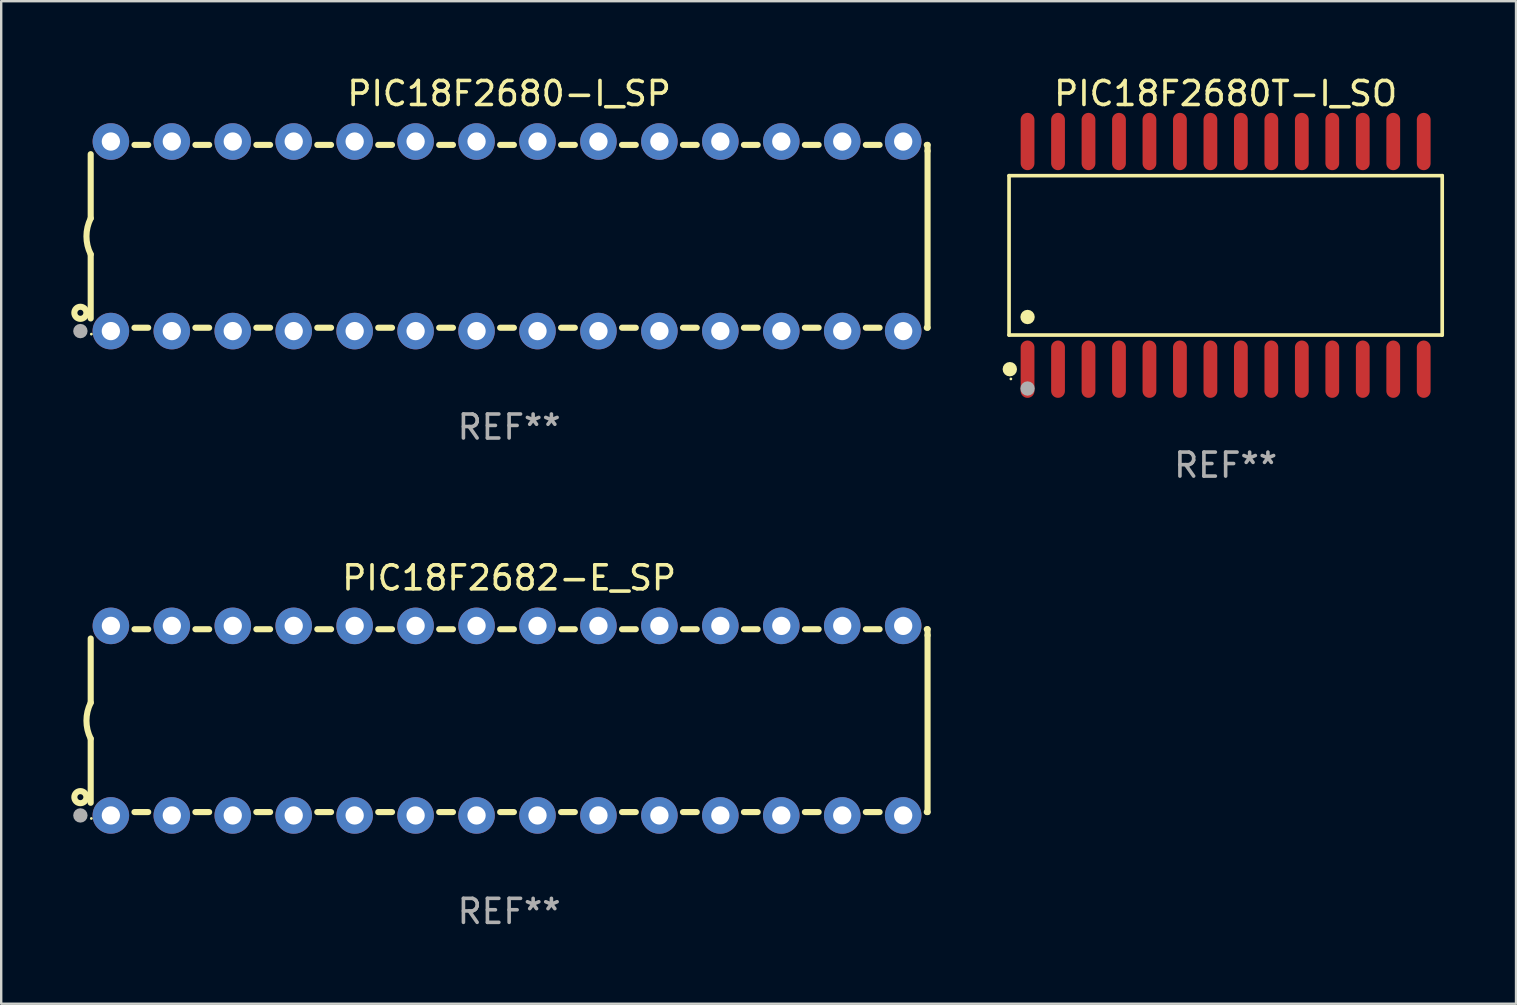
<source format=kicad_pcb>
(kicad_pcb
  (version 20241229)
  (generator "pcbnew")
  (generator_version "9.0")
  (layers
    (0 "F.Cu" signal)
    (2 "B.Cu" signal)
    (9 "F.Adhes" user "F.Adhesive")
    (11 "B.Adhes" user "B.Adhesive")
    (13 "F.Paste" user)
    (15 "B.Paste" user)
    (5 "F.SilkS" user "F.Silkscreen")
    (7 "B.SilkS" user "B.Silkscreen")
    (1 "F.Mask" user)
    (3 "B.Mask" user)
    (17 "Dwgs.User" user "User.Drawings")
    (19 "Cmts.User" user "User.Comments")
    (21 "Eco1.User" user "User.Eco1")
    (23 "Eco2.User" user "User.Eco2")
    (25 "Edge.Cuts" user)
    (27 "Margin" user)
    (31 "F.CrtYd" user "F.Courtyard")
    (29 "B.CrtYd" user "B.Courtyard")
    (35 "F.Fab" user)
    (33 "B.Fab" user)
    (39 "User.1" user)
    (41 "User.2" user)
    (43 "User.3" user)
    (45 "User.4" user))
  (footprint "PIC18F2682-E_SP"
    (layer "F.Cu")
    (at 18.168 26.983)
    (property "Reference" "PIC18F2682-E_SP" (at 0 -5.95 0) (layer "F.SilkS") (effects (font (size 1 1) (thickness 0.15))))
    (attr through_hole)
    (fp_line (start -17.438 0.75) (end -17.438 3.423) (stroke (width 0.254) (type solid)) (layer "F.SilkS"))
    (fp_line (start -17.438 -3.423) (end -17.438 -0.75) (stroke (width 0.254) (type solid)) (layer "F.SilkS"))
    (fp_line (start -15.615 3.81) (end -15.041 3.81) (stroke (width 0.254) (type solid)) (layer "F.SilkS"))
    (fp_line (start -15.041 -3.81) (end -15.614 -3.81) (stroke (width 0.254) (type solid)) (layer "F.SilkS"))
    (fp_line (start -13.075 3.81) (end -12.501 3.81) (stroke (width 0.254) (type solid)) (layer "F.SilkS"))
    (fp_line (start -12.501 -3.81) (end -13.074 -3.81) (stroke (width 0.254) (type solid)) (layer "F.SilkS"))
    (fp_line (start -10.535 3.81) (end -9.961 3.81) (stroke (width 0.254) (type solid)) (layer "F.SilkS"))
    (fp_line (start -9.961 -3.81) (end -10.534 -3.81) (stroke (width 0.254) (type solid)) (layer "F.SilkS"))
    (fp_line (start -7.995 3.81) (end -7.421 3.81) (stroke (width 0.254) (type solid)) (layer "F.SilkS"))
    (fp_line (start -7.421 -3.81) (end -7.995 -3.81) (stroke (width 0.254) (type solid)) (layer "F.SilkS"))
    (fp_line (start -5.455 3.81) (end -4.881 3.81) (stroke (width 0.254) (type solid)) (layer "F.SilkS"))
    (fp_line (start -4.881 -3.81) (end -5.455 -3.81) (stroke (width 0.254) (type solid)) (layer "F.SilkS"))
    (fp_line (start -2.915 3.81) (end -2.341 3.81) (stroke (width 0.254) (type solid)) (layer "F.SilkS"))
    (fp_line (start -2.341 -3.81) (end -2.915 -3.81) (stroke (width 0.254) (type solid)) (layer "F.SilkS"))
    (fp_line (start -0.375 3.81) (end 0.199 3.81) (stroke (width 0.254) (type solid)) (layer "F.SilkS"))
    (fp_line (start 0.199 -3.81) (end -0.375 -3.81) (stroke (width 0.254) (type solid)) (layer "F.SilkS"))
    (fp_line (start 2.165 3.81) (end 2.739 3.81) (stroke (width 0.254) (type solid)) (layer "F.SilkS"))
    (fp_line (start 2.739 -3.81) (end 2.165 -3.81) (stroke (width 0.254) (type solid)) (layer "F.SilkS"))
    (fp_line (start 4.705 3.81) (end 5.279 3.81) (stroke (width 0.254) (type solid)) (layer "F.SilkS"))
    (fp_line (start 5.279 -3.81) (end 4.705 -3.81) (stroke (width 0.254) (type solid)) (layer "F.SilkS"))
    (fp_line (start 7.245 3.81) (end 7.819 3.81) (stroke (width 0.254) (type solid)) (layer "F.SilkS"))
    (fp_line (start 7.819 -3.81) (end 7.245 -3.81) (stroke (width 0.254) (type solid)) (layer "F.SilkS"))
    (fp_line (start 9.785 3.81) (end 10.359 3.81) (stroke (width 0.254) (type solid)) (layer "F.SilkS"))
    (fp_line (start 10.359 -3.81) (end 9.785 -3.81) (stroke (width 0.254) (type solid)) (layer "F.SilkS"))
    (fp_line (start 12.325 3.81) (end 12.899 3.81) (stroke (width 0.254) (type solid)) (layer "F.SilkS"))
    (fp_line (start 12.899 -3.81) (end 12.325 -3.81) (stroke (width 0.254) (type solid)) (layer "F.SilkS"))
    (fp_line (start 14.865 3.81) (end 15.439 3.81) (stroke (width 0.254) (type solid)) (layer "F.SilkS"))
    (fp_line (start 15.439 -3.81) (end 14.865 -3.81) (stroke (width 0.254) (type solid)) (layer "F.SilkS"))
    (fp_line (start 17.405 3.81) (end 17.438 3.81) (stroke (width 0.254) (type solid)) (layer "F.SilkS"))
    (fp_line (start 17.438 -3.81) (end 17.405 -3.81) (stroke (width 0.254) (type solid)) (layer "F.SilkS"))
    (fp_line (start 17.438 -3.556) (end 17.438 -3.81) (stroke (width 0.254) (type solid)) (layer "F.SilkS"))
    (fp_line (start 17.438 3.81) (end 17.438 -3.556) (stroke (width 0.254) (type solid)) (layer "F.SilkS"))
    (fp_arc (start -17.437986 0.749657) (mid -17.614887 -0.000024) (end -17.437783 -0.749657) (stroke (width 0.254001) (type solid)) (layer "F.SilkS"))
    (fp_circle (center -17.868 3.188) (end -17.743 3.188) (stroke (width 0.254) (type solid)) (fill no) (layer "F.SilkS"))
    (fp_circle (center -17.411 4.077) (end -17.381 4.077) (stroke (width 0.06) (type solid)) (fill no) (layer "F.SilkS"))
    (fp_circle (center -17.868 3.95) (end -17.718 3.95) (stroke (width 0.3) (type solid)) (fill no) (layer "F.Fab"))
    (fp_text user "REF**" (at 0 7.95 0) (layer "F.Fab") (effects (font (size 1 1) (thickness 0.15))))
    (pad "1" thru_hole circle (at -16.598 3.95) (size 1.524 1.524) (drill 0.762) (layers "*.Cu" "*.Mask"))
    (pad "2" thru_hole circle (at -14.058 3.95) (size 1.524 1.524) (drill 0.762) (layers "*.Cu" "*.Mask"))
    (pad "3" thru_hole circle (at -11.518 3.95) (size 1.524 1.524) (drill 0.762) (layers "*.Cu" "*.Mask"))
    (pad "4" thru_hole circle (at -8.978 3.95) (size 1.524 1.524) (drill 0.762) (layers "*.Cu" "*.Mask"))
    (pad "5" thru_hole circle (at -6.438 3.95) (size 1.524 1.524) (drill 0.762) (layers "*.Cu" "*.Mask"))
    (pad "6" thru_hole circle (at -3.898 3.95) (size 1.524 1.524) (drill 0.762) (layers "*.Cu" "*.Mask"))
    (pad "7" thru_hole circle (at -1.358 3.95) (size 1.524 1.524) (drill 0.762) (layers "*.Cu" "*.Mask"))
    (pad "8" thru_hole circle (at 1.182 3.95) (size 1.524 1.524) (drill 0.762) (layers "*.Cu" "*.Mask"))
    (pad "9" thru_hole circle (at 3.722 3.95) (size 1.524 1.524) (drill 0.762) (layers "*.Cu" "*.Mask"))
    (pad "10" thru_hole circle (at 6.262 3.95) (size 1.524 1.524) (drill 0.762) (layers "*.Cu" "*.Mask"))
    (pad "11" thru_hole circle (at 8.802 3.95) (size 1.524 1.524) (drill 0.762) (layers "*.Cu" "*.Mask"))
    (pad "12" thru_hole circle (at 11.342 3.95) (size 1.524 1.524) (drill 0.762) (layers "*.Cu" "*.Mask"))
    (pad "13" thru_hole circle (at 13.882 3.95) (size 1.524 1.524) (drill 0.762) (layers "*.Cu" "*.Mask"))
    (pad "14" thru_hole circle (at 16.422 3.95) (size 1.524 1.524) (drill 0.762) (layers "*.Cu" "*.Mask"))
    (pad "15" thru_hole circle (at 16.422 -3.95) (size 1.524 1.524) (drill 0.762) (layers "*.Cu" "*.Mask"))
    (pad "16" thru_hole circle (at 13.882 -3.95) (size 1.524 1.524) (drill 0.762) (layers "*.Cu" "*.Mask"))
    (pad "17" thru_hole circle (at 11.342 -3.95) (size 1.524 1.524) (drill 0.762) (layers "*.Cu" "*.Mask"))
    (pad "18" thru_hole circle (at 8.802 -3.95) (size 1.524 1.524) (drill 0.762) (layers "*.Cu" "*.Mask"))
    (pad "19" thru_hole circle (at 6.262 -3.95) (size 1.524 1.524) (drill 0.762) (layers "*.Cu" "*.Mask"))
    (pad "20" thru_hole circle (at 3.722 -3.95) (size 1.524 1.524) (drill 0.762) (layers "*.Cu" "*.Mask"))
    (pad "21" thru_hole circle (at 1.182 -3.95) (size 1.524 1.524) (drill 0.762) (layers "*.Cu" "*.Mask"))
    (pad "22" thru_hole circle (at -1.358 -3.95) (size 1.524 1.524) (drill 0.762) (layers "*.Cu" "*.Mask"))
    (pad "23" thru_hole circle (at -3.898 -3.95) (size 1.524 1.524) (drill 0.762) (layers "*.Cu" "*.Mask"))
    (pad "24" thru_hole circle (at -6.438 -3.95) (size 1.524 1.524) (drill 0.762) (layers "*.Cu" "*.Mask"))
    (pad "25" thru_hole circle (at -8.978 -3.95) (size 1.524 1.524) (drill 0.762) (layers "*.Cu" "*.Mask"))
    (pad "26" thru_hole circle (at -11.517 -3.95) (size 1.524 1.524) (drill 0.762) (layers "*.Cu" "*.Mask"))
    (pad "27" thru_hole circle (at -14.057 -3.95) (size 1.524 1.524) (drill 0.762) (layers "*.Cu" "*.Mask"))
    (pad "28" thru_hole circle (at -16.597 -3.95) (size 1.524 1.524) (drill 0.762) (layers "*.Cu" "*.Mask")))
  (footprint "PIC18F2680-I_SP"
    (layer "F.Cu")
    (at 18.168 6.798)
    (property "Reference" "PIC18F2680-I_SP" (at 0 -5.95 0) (layer "F.SilkS") (effects (font (size 1 1) (thickness 0.15))))
    (attr through_hole)
    (fp_line (start -17.438 0.75) (end -17.438 3.423) (stroke (width 0.254) (type solid)) (layer "F.SilkS"))
    (fp_line (start -17.438 -3.423) (end -17.438 -0.75) (stroke (width 0.254) (type solid)) (layer "F.SilkS"))
    (fp_line (start -15.615 3.81) (end -15.041 3.81) (stroke (width 0.254) (type solid)) (layer "F.SilkS"))
    (fp_line (start -15.041 -3.81) (end -15.614 -3.81) (stroke (width 0.254) (type solid)) (layer "F.SilkS"))
    (fp_line (start -13.075 3.81) (end -12.501 3.81) (stroke (width 0.254) (type solid)) (layer "F.SilkS"))
    (fp_line (start -12.501 -3.81) (end -13.074 -3.81) (stroke (width 0.254) (type solid)) (layer "F.SilkS"))
    (fp_line (start -10.535 3.81) (end -9.961 3.81) (stroke (width 0.254) (type solid)) (layer "F.SilkS"))
    (fp_line (start -9.961 -3.81) (end -10.534 -3.81) (stroke (width 0.254) (type solid)) (layer "F.SilkS"))
    (fp_line (start -7.995 3.81) (end -7.421 3.81) (stroke (width 0.254) (type solid)) (layer "F.SilkS"))
    (fp_line (start -7.421 -3.81) (end -7.995 -3.81) (stroke (width 0.254) (type solid)) (layer "F.SilkS"))
    (fp_line (start -5.455 3.81) (end -4.881 3.81) (stroke (width 0.254) (type solid)) (layer "F.SilkS"))
    (fp_line (start -4.881 -3.81) (end -5.455 -3.81) (stroke (width 0.254) (type solid)) (layer "F.SilkS"))
    (fp_line (start -2.915 3.81) (end -2.341 3.81) (stroke (width 0.254) (type solid)) (layer "F.SilkS"))
    (fp_line (start -2.341 -3.81) (end -2.915 -3.81) (stroke (width 0.254) (type solid)) (layer "F.SilkS"))
    (fp_line (start -0.375 3.81) (end 0.199 3.81) (stroke (width 0.254) (type solid)) (layer "F.SilkS"))
    (fp_line (start 0.199 -3.81) (end -0.375 -3.81) (stroke (width 0.254) (type solid)) (layer "F.SilkS"))
    (fp_line (start 2.165 3.81) (end 2.739 3.81) (stroke (width 0.254) (type solid)) (layer "F.SilkS"))
    (fp_line (start 2.739 -3.81) (end 2.165 -3.81) (stroke (width 0.254) (type solid)) (layer "F.SilkS"))
    (fp_line (start 4.705 3.81) (end 5.279 3.81) (stroke (width 0.254) (type solid)) (layer "F.SilkS"))
    (fp_line (start 5.279 -3.81) (end 4.705 -3.81) (stroke (width 0.254) (type solid)) (layer "F.SilkS"))
    (fp_line (start 7.245 3.81) (end 7.819 3.81) (stroke (width 0.254) (type solid)) (layer "F.SilkS"))
    (fp_line (start 7.819 -3.81) (end 7.245 -3.81) (stroke (width 0.254) (type solid)) (layer "F.SilkS"))
    (fp_line (start 9.785 3.81) (end 10.359 3.81) (stroke (width 0.254) (type solid)) (layer "F.SilkS"))
    (fp_line (start 10.359 -3.81) (end 9.785 -3.81) (stroke (width 0.254) (type solid)) (layer "F.SilkS"))
    (fp_line (start 12.325 3.81) (end 12.899 3.81) (stroke (width 0.254) (type solid)) (layer "F.SilkS"))
    (fp_line (start 12.899 -3.81) (end 12.325 -3.81) (stroke (width 0.254) (type solid)) (layer "F.SilkS"))
    (fp_line (start 14.865 3.81) (end 15.439 3.81) (stroke (width 0.254) (type solid)) (layer "F.SilkS"))
    (fp_line (start 15.439 -3.81) (end 14.865 -3.81) (stroke (width 0.254) (type solid)) (layer "F.SilkS"))
    (fp_line (start 17.405 3.81) (end 17.438 3.81) (stroke (width 0.254) (type solid)) (layer "F.SilkS"))
    (fp_line (start 17.438 -3.81) (end 17.405 -3.81) (stroke (width 0.254) (type solid)) (layer "F.SilkS"))
    (fp_line (start 17.438 -3.556) (end 17.438 -3.81) (stroke (width 0.254) (type solid)) (layer "F.SilkS"))
    (fp_line (start 17.438 3.81) (end 17.438 -3.556) (stroke (width 0.254) (type solid)) (layer "F.SilkS"))
    (fp_arc (start -17.437986 0.749657) (mid -17.614887 -0.000024) (end -17.437783 -0.749657) (stroke (width 0.254001) (type solid)) (layer "F.SilkS"))
    (fp_circle (center -17.868 3.188) (end -17.743 3.188) (stroke (width 0.254) (type solid)) (fill no) (layer "F.SilkS"))
    (fp_circle (center -17.411 4.077) (end -17.381 4.077) (stroke (width 0.06) (type solid)) (fill no) (layer "F.SilkS"))
    (fp_circle (center -17.868 3.95) (end -17.718 3.95) (stroke (width 0.3) (type solid)) (fill no) (layer "F.Fab"))
    (fp_text user "REF**" (at 0 7.95 0) (layer "F.Fab") (effects (font (size 1 1) (thickness 0.15))))
    (pad "1" thru_hole circle (at -16.598 3.95) (size 1.524 1.524) (drill 0.762) (layers "*.Cu" "*.Mask"))
    (pad "2" thru_hole circle (at -14.058 3.95) (size 1.524 1.524) (drill 0.762) (layers "*.Cu" "*.Mask"))
    (pad "3" thru_hole circle (at -11.518 3.95) (size 1.524 1.524) (drill 0.762) (layers "*.Cu" "*.Mask"))
    (pad "4" thru_hole circle (at -8.978 3.95) (size 1.524 1.524) (drill 0.762) (layers "*.Cu" "*.Mask"))
    (pad "5" thru_hole circle (at -6.438 3.95) (size 1.524 1.524) (drill 0.762) (layers "*.Cu" "*.Mask"))
    (pad "6" thru_hole circle (at -3.898 3.95) (size 1.524 1.524) (drill 0.762) (layers "*.Cu" "*.Mask"))
    (pad "7" thru_hole circle (at -1.358 3.95) (size 1.524 1.524) (drill 0.762) (layers "*.Cu" "*.Mask"))
    (pad "8" thru_hole circle (at 1.182 3.95) (size 1.524 1.524) (drill 0.762) (layers "*.Cu" "*.Mask"))
    (pad "9" thru_hole circle (at 3.722 3.95) (size 1.524 1.524) (drill 0.762) (layers "*.Cu" "*.Mask"))
    (pad "10" thru_hole circle (at 6.262 3.95) (size 1.524 1.524) (drill 0.762) (layers "*.Cu" "*.Mask"))
    (pad "11" thru_hole circle (at 8.802 3.95) (size 1.524 1.524) (drill 0.762) (layers "*.Cu" "*.Mask"))
    (pad "12" thru_hole circle (at 11.342 3.95) (size 1.524 1.524) (drill 0.762) (layers "*.Cu" "*.Mask"))
    (pad "13" thru_hole circle (at 13.882 3.95) (size 1.524 1.524) (drill 0.762) (layers "*.Cu" "*.Mask"))
    (pad "14" thru_hole circle (at 16.422 3.95) (size 1.524 1.524) (drill 0.762) (layers "*.Cu" "*.Mask"))
    (pad "15" thru_hole circle (at 16.422 -3.95) (size 1.524 1.524) (drill 0.762) (layers "*.Cu" "*.Mask"))
    (pad "16" thru_hole circle (at 13.882 -3.95) (size 1.524 1.524) (drill 0.762) (layers "*.Cu" "*.Mask"))
    (pad "17" thru_hole circle (at 11.342 -3.95) (size 1.524 1.524) (drill 0.762) (layers "*.Cu" "*.Mask"))
    (pad "18" thru_hole circle (at 8.802 -3.95) (size 1.524 1.524) (drill 0.762) (layers "*.Cu" "*.Mask"))
    (pad "19" thru_hole circle (at 6.262 -3.95) (size 1.524 1.524) (drill 0.762) (layers "*.Cu" "*.Mask"))
    (pad "20" thru_hole circle (at 3.722 -3.95) (size 1.524 1.524) (drill 0.762) (layers "*.Cu" "*.Mask"))
    (pad "21" thru_hole circle (at 1.182 -3.95) (size 1.524 1.524) (drill 0.762) (layers "*.Cu" "*.Mask"))
    (pad "22" thru_hole circle (at -1.358 -3.95) (size 1.524 1.524) (drill 0.762) (layers "*.Cu" "*.Mask"))
    (pad "23" thru_hole circle (at -3.898 -3.95) (size 1.524 1.524) (drill 0.762) (layers "*.Cu" "*.Mask"))
    (pad "24" thru_hole circle (at -6.438 -3.95) (size 1.524 1.524) (drill 0.762) (layers "*.Cu" "*.Mask"))
    (pad "25" thru_hole circle (at -8.978 -3.95) (size 1.524 1.524) (drill 0.762) (layers "*.Cu" "*.Mask"))
    (pad "26" thru_hole circle (at -11.517 -3.95) (size 1.524 1.524) (drill 0.762) (layers "*.Cu" "*.Mask"))
    (pad "27" thru_hole circle (at -14.057 -3.95) (size 1.524 1.524) (drill 0.762) (layers "*.Cu" "*.Mask"))
    (pad "28" thru_hole circle (at -16.597 -3.95) (size 1.524 1.524) (drill 0.762) (layers "*.Cu" "*.Mask")))
  (footprint "PIC18F2680T-I_SO"
    (layer "F.Cu")
    (at 48.028 7.592)
    (property "Reference" "PIC18F2680T-I_SO" (at 0 -6.744 0) (layer "F.SilkS") (effects (font (size 1 1) (thickness 0.15))))
    (attr through_hole)
    (fp_line (start -9.026 -3.321) (end 9.026 -3.321) (stroke (width 0.152) (type solid)) (layer "F.SilkS"))
    (fp_line (start -9.026 3.321) (end -9.026 -3.321) (stroke (width 0.152) (type solid)) (layer "F.SilkS"))
    (fp_line (start 9.026 -3.321) (end 9.026 3.321) (stroke (width 0.152) (type solid)) (layer "F.SilkS"))
    (fp_line (start 9.026 3.321) (end -9.026 3.321) (stroke (width 0.152) (type solid)) (layer "F.SilkS"))
    (fp_circle (center -8.994 4.744) (end -8.844 4.744) (stroke (width 0.3) (type solid)) (fill no) (layer "F.SilkS"))
    (fp_circle (center -8.95 5.15) (end -8.92 5.15) (stroke (width 0.06) (type solid)) (fill no) (layer "F.SilkS"))
    (fp_circle (center -8.255 2.569) (end -8.105 2.569) (stroke (width 0.3) (type solid)) (fill no) (layer "F.SilkS"))
    (fp_circle (center -8.255 5.55) (end -8.105 5.55) (stroke (width 0.3) (type solid)) (fill no) (layer "F.Fab"))
    (fp_text user "REF**" (at 0 8.744 0) (layer "F.Fab") (effects (font (size 1 1) (thickness 0.15))))
    (pad "1" smd oval (at -8.255 4.744) (size 0.574 2.388) (layers "F.Cu" "F.Mask" "F.Paste"))
    (pad "2" smd oval (at -6.985 4.744) (size 0.574 2.388) (layers "F.Cu" "F.Mask" "F.Paste"))
    (pad "3" smd oval (at -5.715 4.744) (size 0.574 2.388) (layers "F.Cu" "F.Mask" "F.Paste"))
    (pad "4" smd oval (at -4.445 4.744) (size 0.574 2.388) (layers "F.Cu" "F.Mask" "F.Paste"))
    (pad "5" smd oval (at -3.175 4.744) (size 0.574 2.388) (layers "F.Cu" "F.Mask" "F.Paste"))
    (pad "6" smd oval (at -1.905 4.744) (size 0.574 2.388) (layers "F.Cu" "F.Mask" "F.Paste"))
    (pad "7" smd oval (at -0.635 4.744) (size 0.574 2.388) (layers "F.Cu" "F.Mask" "F.Paste"))
    (pad "8" smd oval (at 0.635 4.744) (size 0.574 2.388) (layers "F.Cu" "F.Mask" "F.Paste"))
    (pad "9" smd oval (at 1.905 4.744) (size 0.574 2.388) (layers "F.Cu" "F.Mask" "F.Paste"))
    (pad "10" smd oval (at 3.175 4.744) (size 0.574 2.388) (layers "F.Cu" "F.Mask" "F.Paste"))
    (pad "11" smd oval (at 4.445 4.744) (size 0.574 2.388) (layers "F.Cu" "F.Mask" "F.Paste"))
    (pad "12" smd oval (at 5.715 4.744) (size 0.574 2.388) (layers "F.Cu" "F.Mask" "F.Paste"))
    (pad "13" smd oval (at 6.985 4.744) (size 0.574 2.388) (layers "F.Cu" "F.Mask" "F.Paste"))
    (pad "14" smd oval (at 8.255 4.744) (size 0.574 2.388) (layers "F.Cu" "F.Mask" "F.Paste"))
    (pad "15" smd oval (at 8.255 -4.744) (size 0.574 2.388) (layers "F.Cu" "F.Mask" "F.Paste"))
    (pad "16" smd oval (at 6.985 -4.744) (size 0.574 2.388) (layers "F.Cu" "F.Mask" "F.Paste"))
    (pad "17" smd oval (at 5.715 -4.744) (size 0.574 2.388) (layers "F.Cu" "F.Mask" "F.Paste"))
    (pad "18" smd oval (at 4.445 -4.744) (size 0.574 2.388) (layers "F.Cu" "F.Mask" "F.Paste"))
    (pad "19" smd oval (at 3.175 -4.744) (size 0.574 2.388) (layers "F.Cu" "F.Mask" "F.Paste"))
    (pad "20" smd oval (at 1.905 -4.744) (size 0.574 2.388) (layers "F.Cu" "F.Mask" "F.Paste"))
    (pad "21" smd oval (at 0.635 -4.744) (size 0.574 2.388) (layers "F.Cu" "F.Mask" "F.Paste"))
    (pad "22" smd oval (at -0.635 -4.744) (size 0.574 2.388) (layers "F.Cu" "F.Mask" "F.Paste"))
    (pad "23" smd oval (at -1.905 -4.744) (size 0.574 2.388) (layers "F.Cu" "F.Mask" "F.Paste"))
    (pad "24" smd oval (at -3.175 -4.744) (size 0.574 2.388) (layers "F.Cu" "F.Mask" "F.Paste"))
    (pad "25" smd oval (at -4.445 -4.744) (size 0.574 2.388) (layers "F.Cu" "F.Mask" "F.Paste"))
    (pad "26" smd oval (at -5.715 -4.744) (size 0.574 2.388) (layers "F.Cu" "F.Mask" "F.Paste"))
    (pad "27" smd oval (at -6.985 -4.744) (size 0.574 2.388) (layers "F.Cu" "F.Mask" "F.Paste"))
    (pad "28" smd oval (at -8.255 -4.744) (size 0.574 2.388) (layers "F.Cu" "F.Mask" "F.Paste")))
  (gr_rect
    (start -3 -3)
    (end 60.13 38.781)
    (stroke (width 0.1) (type default))
    (fill no)
    (layer "Edge.Cuts")))
</source>
